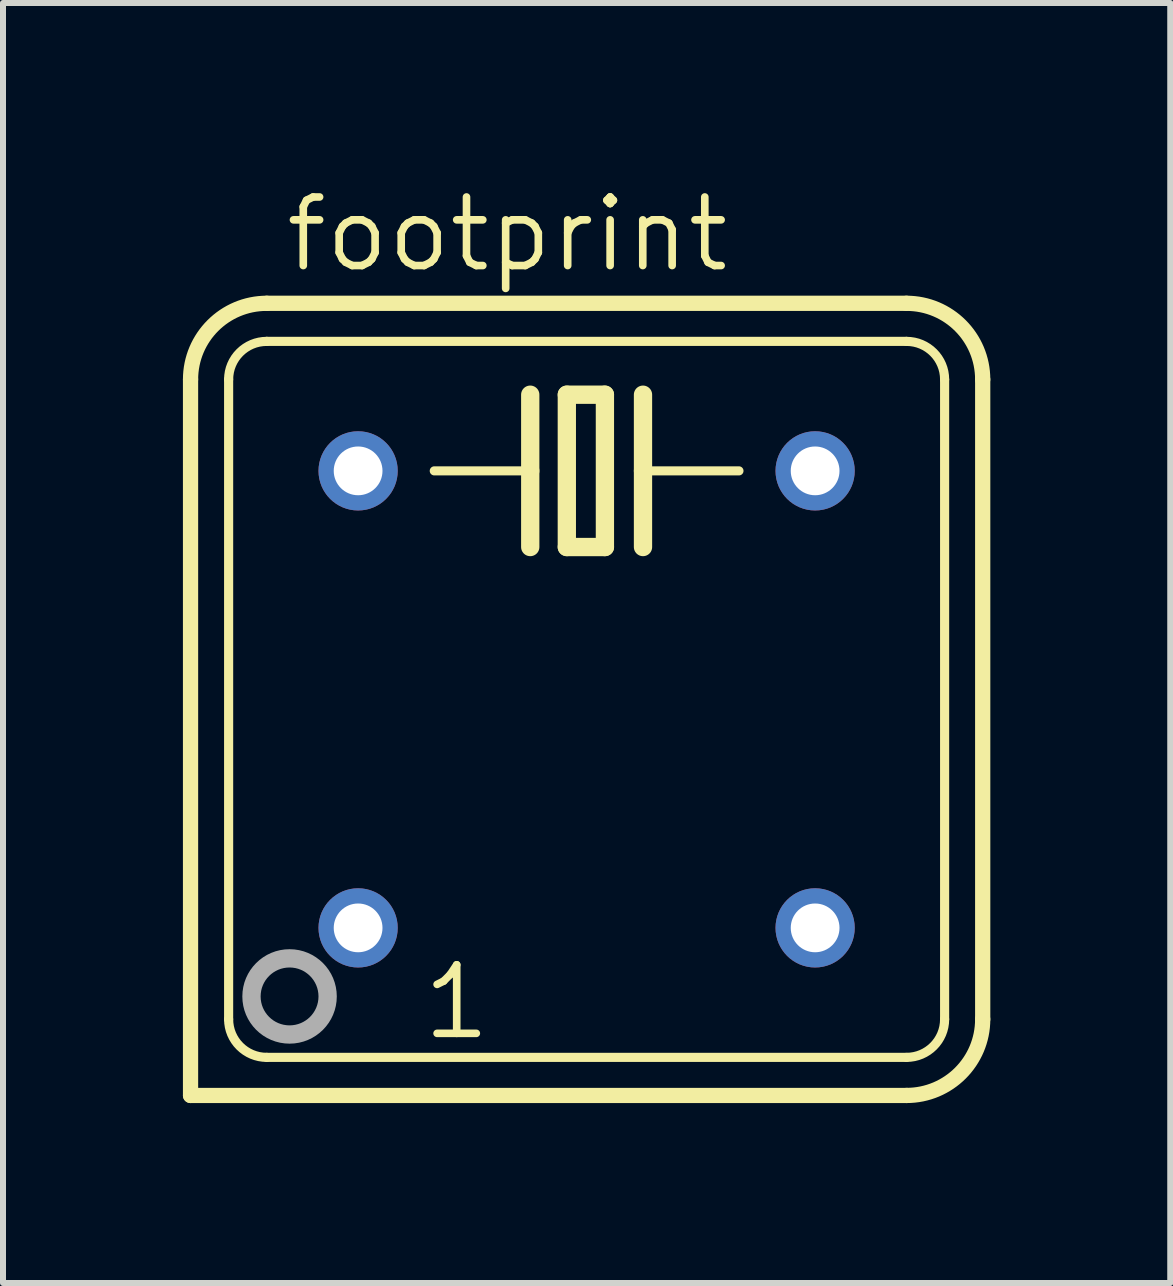
<source format=kicad_pcb>
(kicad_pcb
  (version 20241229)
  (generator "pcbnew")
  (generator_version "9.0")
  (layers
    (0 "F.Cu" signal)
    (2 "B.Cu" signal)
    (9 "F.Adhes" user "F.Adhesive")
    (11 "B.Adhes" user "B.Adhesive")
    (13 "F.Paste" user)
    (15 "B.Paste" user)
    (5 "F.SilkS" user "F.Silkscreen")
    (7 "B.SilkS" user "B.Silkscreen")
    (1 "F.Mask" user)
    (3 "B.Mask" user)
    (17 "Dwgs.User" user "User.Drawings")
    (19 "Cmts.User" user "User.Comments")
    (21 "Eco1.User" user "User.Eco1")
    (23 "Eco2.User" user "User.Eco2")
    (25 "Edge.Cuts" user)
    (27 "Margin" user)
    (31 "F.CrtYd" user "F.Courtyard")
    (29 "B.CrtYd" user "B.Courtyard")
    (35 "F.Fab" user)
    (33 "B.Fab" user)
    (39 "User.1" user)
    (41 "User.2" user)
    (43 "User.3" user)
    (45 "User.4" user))
  (footprint "footprint"
    (layer "F.Cu")
    (at 6.731 8.611)
    (property "Reference" "footprint" (at -5.08 -7.087 0) (layer "F.SilkS") (effects (font (size 1.143 1.143) (thickness 0.127)) (justify left bottom)))
    (fp_line (start -6.604 6.604) (end -6.604 -5.334) (stroke (width 0.254) (type solid)) (layer "F.SilkS"))
    (fp_line (start -6.604 6.604) (end 5.334 6.604) (stroke (width 0.254) (type solid)) (layer "F.SilkS"))
    (fp_line (start -5.969 -5.334) (end -5.969 5.334) (stroke (width 0.152) (type solid)) (layer "F.SilkS"))
    (fp_line (start -5.334 5.969) (end 5.334 5.969) (stroke (width 0.152) (type solid)) (layer "F.SilkS"))
    (fp_line (start -0.94 -5.08) (end -0.94 -3.81) (stroke (width 0.305) (type solid)) (layer "F.SilkS"))
    (fp_line (start -0.94 -3.81) (end -2.54 -3.81) (stroke (width 0.152) (type solid)) (layer "F.SilkS"))
    (fp_line (start -0.94 -3.81) (end -0.94 -2.54) (stroke (width 0.305) (type solid)) (layer "F.SilkS"))
    (fp_line (start -0.33 -5.08) (end -0.33 -2.54) (stroke (width 0.305) (type solid)) (layer "F.SilkS"))
    (fp_line (start -0.33 -2.54) (end 0.305 -2.54) (stroke (width 0.305) (type solid)) (layer "F.SilkS"))
    (fp_line (start 0.305 -5.08) (end -0.33 -5.08) (stroke (width 0.305) (type solid)) (layer "F.SilkS"))
    (fp_line (start 0.305 -2.54) (end 0.305 -5.08) (stroke (width 0.305) (type solid)) (layer "F.SilkS"))
    (fp_line (start 0.94 -5.08) (end 0.94 -3.81) (stroke (width 0.305) (type solid)) (layer "F.SilkS"))
    (fp_line (start 0.94 -3.81) (end 0.94 -2.54) (stroke (width 0.305) (type solid)) (layer "F.SilkS"))
    (fp_line (start 0.94 -3.81) (end 2.54 -3.81) (stroke (width 0.152) (type solid)) (layer "F.SilkS"))
    (fp_line (start 5.334 -6.604) (end -5.334 -6.604) (stroke (width 0.254) (type solid)) (layer "F.SilkS"))
    (fp_line (start 5.334 -5.969) (end -5.334 -5.969) (stroke (width 0.152) (type solid)) (layer "F.SilkS"))
    (fp_line (start 5.969 5.334) (end 5.969 -5.334) (stroke (width 0.152) (type solid)) (layer "F.SilkS"))
    (fp_line (start 6.604 5.334) (end 6.604 -5.334) (stroke (width 0.254) (type solid)) (layer "F.SilkS"))
    (fp_arc (start -6.604 -5.334) (mid -6.232026 -6.232026) (end -5.334 -6.604) (stroke (width 0.254) (type solid)) (layer "F.SilkS"))
    (fp_arc (start -5.969 -5.334) (mid -5.783013 -5.783013) (end -5.334 -5.969) (stroke (width 0.1524) (type solid)) (layer "F.SilkS"))
    (fp_arc (start -5.334 5.969) (mid -5.783013 5.783013) (end -5.969 5.334) (stroke (width 0.1524) (type solid)) (layer "F.SilkS"))
    (fp_arc (start 5.334 -6.604) (mid 6.232026 -6.232026) (end 6.604 -5.334) (stroke (width 0.254) (type solid)) (layer "F.SilkS"))
    (fp_arc (start 5.334 -5.969) (mid 5.783013 -5.783013) (end 5.969 -5.334) (stroke (width 0.1524) (type solid)) (layer "F.SilkS"))
    (fp_arc (start 5.969 5.334) (mid 5.783013 5.783013) (end 5.334 5.969) (stroke (width 0.1524) (type solid)) (layer "F.SilkS"))
    (fp_arc (start 6.604 5.334) (mid 6.232026 6.232026) (end 5.334 6.604) (stroke (width 0.254) (type solid)) (layer "F.SilkS"))
    (fp_circle (center -4.953 4.953) (end -4.318 4.953) (stroke (width 0.305) (type solid)) (fill no) (layer "F.Fab"))
    (fp_text user "1" (at -2.794 5.715 0) (layer "F.SilkS") (effects (font (size 1.143 1.143) (thickness 0.127)) (justify left bottom)))
    (pad "1" thru_hole circle (at -3.81 3.81) (size 1.321 1.321) (drill 0.813) (layers "*.Cu" "*.Mask"))
    (pad "4" thru_hole circle (at 3.81 3.81) (size 1.321 1.321) (drill 0.813) (layers "*.Cu" "*.Mask"))
    (pad "5" thru_hole circle (at 3.81 -3.81) (size 1.321 1.321) (drill 0.813) (layers "*.Cu" "*.Mask"))
    (pad "8" thru_hole circle (at -3.81 -3.81) (size 1.321 1.321) (drill 0.813) (layers "*.Cu" "*.Mask")))
  (gr_rect
    (start -3 -3)
    (end 16.462 18.342)
    (stroke (width 0.1) (type default))
    (fill no)
    (layer "Edge.Cuts")))
</source>
